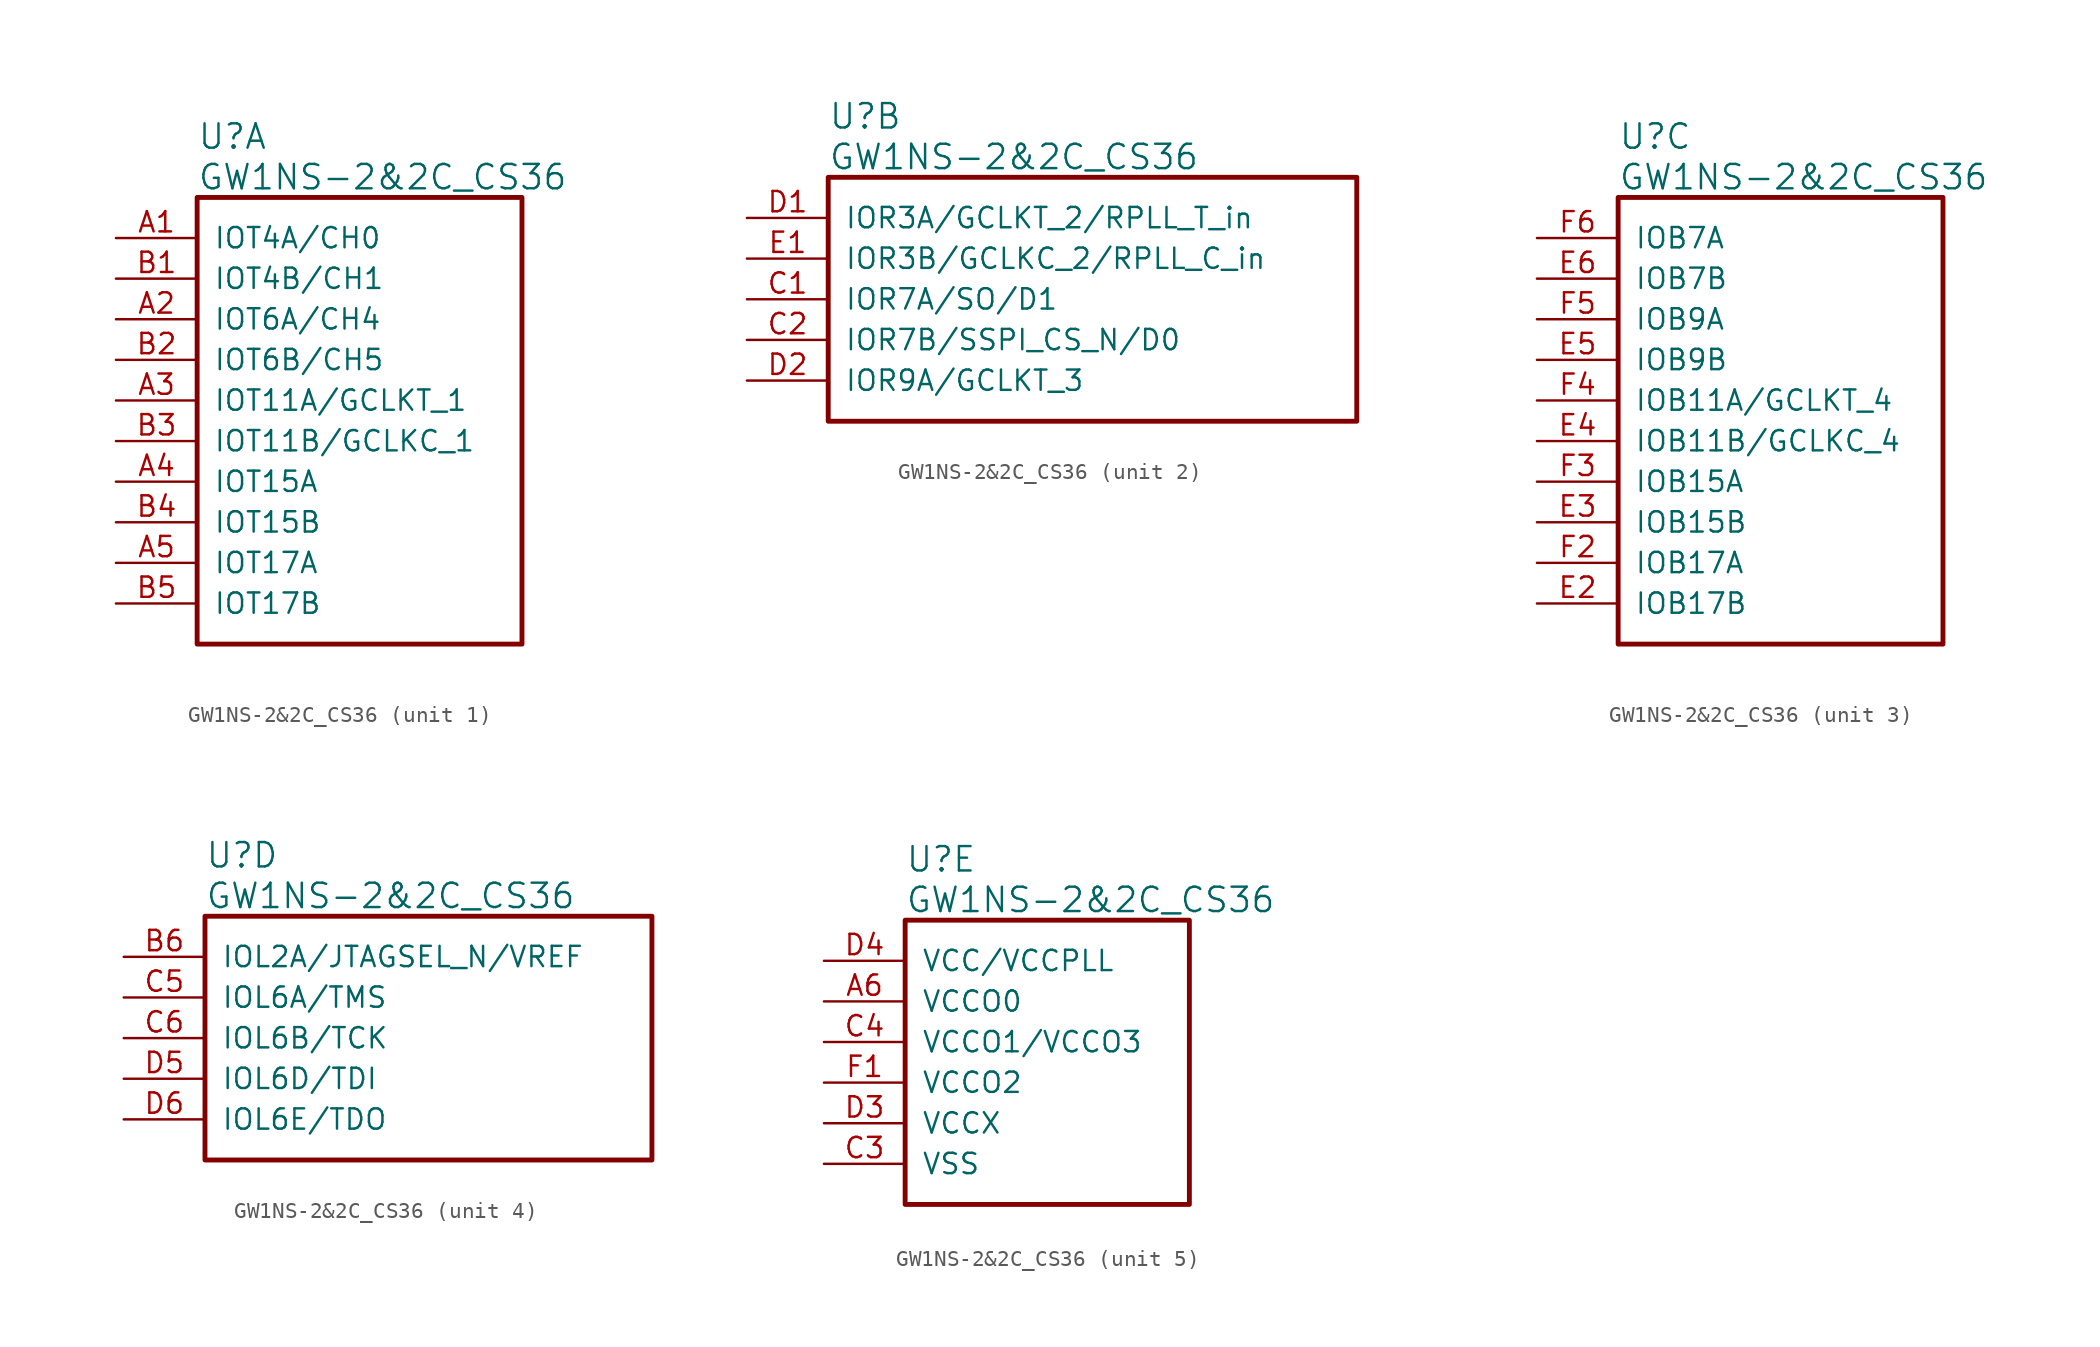
<source format=kicad_sym>
(kicad_symbol_lib
  (version 20241209)
  (generator "kicad_symbol_editor")
  (generator_version "9.0")
  (symbol "GW1NS-2&2C_CS36"
    (pin_names
      (offset 1.016))
    (property "Reference" "U"
      (at 5.08 6.35 0)
      (effects (font (size 1.524 1.524)) (justify left)))
    (property "Value" "GW1NS-2&2C_CS36"
      (at 5.08 3.81 0)
      (effects (font (size 1.524 1.524)) (justify left)))
    (property "ki_locked" ""
      (at 0 0 0)
      (effects (font (size 1.27 1.27))))
    (symbol "GW1NS-2&2C_CS36_1_1"
      (rectangle (start 5.08 2.54) (end 25.4 -25.4) (stroke (width 0.305) (type solid)) (fill (type none)))
      (pin bidirectional line (at 0 0 0) (length 5.08) (name "IOT4A/CH0" (effects (font (size 1.27 1.27)))) (number "A1" (effects (font (size 1.27 1.27)))))
      (pin bidirectional line (at 0 -2.54 0) (length 5.08) (name "IOT4B/CH1" (effects (font (size 1.27 1.27)))) (number "B1" (effects (font (size 1.27 1.27)))))
      (pin bidirectional line (at 0 -5.08 0) (length 5.08) (name "IOT6A/CH4" (effects (font (size 1.27 1.27)))) (number "A2" (effects (font (size 1.27 1.27)))))
      (pin bidirectional line (at 0 -7.62 0) (length 5.08) (name "IOT6B/CH5" (effects (font (size 1.27 1.27)))) (number "B2" (effects (font (size 1.27 1.27)))))
      (pin bidirectional line (at 0 -10.16 0) (length 5.08) (name "IOT11A/GCLKT_1" (effects (font (size 1.27 1.27)))) (number "A3" (effects (font (size 1.27 1.27)))))
      (pin bidirectional line (at 0 -12.7 0) (length 5.08) (name "IOT11B/GCLKC_1" (effects (font (size 1.27 1.27)))) (number "B3" (effects (font (size 1.27 1.27)))))
      (pin bidirectional line (at 0 -15.24 0) (length 5.08) (name "IOT15A" (effects (font (size 1.27 1.27)))) (number "A4" (effects (font (size 1.27 1.27)))))
      (pin bidirectional line (at 0 -17.78 0) (length 5.08) (name "IOT15B" (effects (font (size 1.27 1.27)))) (number "B4" (effects (font (size 1.27 1.27)))))
      (pin bidirectional line (at 0 -20.32 0) (length 5.08) (name "IOT17A" (effects (font (size 1.27 1.27)))) (number "A5" (effects (font (size 1.27 1.27)))))
      (pin bidirectional line (at 0 -22.86 0) (length 5.08) (name "IOT17B" (effects (font (size 1.27 1.27)))) (number "B5" (effects (font (size 1.27 1.27))))))
    (symbol "GW1NS-2&2C_CS36_2_1"
      (rectangle (start 5.08 2.54) (end 38.1 -12.7) (stroke (width 0.305) (type solid)) (fill (type none)))
      (pin bidirectional line (at 0 0 0) (length 5.08) (name "IOR3A/GCLKT_2/RPLL_T_in" (effects (font (size 1.27 1.27)))) (number "D1" (effects (font (size 1.27 1.27)))))
      (pin bidirectional line (at 0 -2.54 0) (length 5.08) (name "IOR3B/GCLKC_2/RPLL_C_in" (effects (font (size 1.27 1.27)))) (number "E1" (effects (font (size 1.27 1.27)))))
      (pin bidirectional line (at 0 -5.08 0) (length 5.08) (name "IOR7A/SO/D1" (effects (font (size 1.27 1.27)))) (number "C1" (effects (font (size 1.27 1.27)))))
      (pin bidirectional line (at 0 -7.62 0) (length 5.08) (name "IOR7B/SSPI_CS_N/D0" (effects (font (size 1.27 1.27)))) (number "C2" (effects (font (size 1.27 1.27)))))
      (pin bidirectional line (at 0 -10.16 0) (length 5.08) (name "IOR9A/GCLKT_3" (effects (font (size 1.27 1.27)))) (number "D2" (effects (font (size 1.27 1.27))))))
    (symbol "GW1NS-2&2C_CS36_3_1"
      (rectangle (start 5.08 2.54) (end 25.4 -25.4) (stroke (width 0.305) (type solid)) (fill (type none)))
      (pin bidirectional line (at 0 0 0) (length 5.08) (name "IOB7A" (effects (font (size 1.27 1.27)))) (number "F6" (effects (font (size 1.27 1.27)))))
      (pin bidirectional line (at 0 -2.54 0) (length 5.08) (name "IOB7B" (effects (font (size 1.27 1.27)))) (number "E6" (effects (font (size 1.27 1.27)))))
      (pin bidirectional line (at 0 -5.08 0) (length 5.08) (name "IOB9A" (effects (font (size 1.27 1.27)))) (number "F5" (effects (font (size 1.27 1.27)))))
      (pin bidirectional line (at 0 -7.62 0) (length 5.08) (name "IOB9B" (effects (font (size 1.27 1.27)))) (number "E5" (effects (font (size 1.27 1.27)))))
      (pin bidirectional line (at 0 -10.16 0) (length 5.08) (name "IOB11A/GCLKT_4" (effects (font (size 1.27 1.27)))) (number "F4" (effects (font (size 1.27 1.27)))))
      (pin bidirectional line (at 0 -12.7 0) (length 5.08) (name "IOB11B/GCLKC_4" (effects (font (size 1.27 1.27)))) (number "E4" (effects (font (size 1.27 1.27)))))
      (pin bidirectional line (at 0 -15.24 0) (length 5.08) (name "IOB15A" (effects (font (size 1.27 1.27)))) (number "F3" (effects (font (size 1.27 1.27)))))
      (pin bidirectional line (at 0 -17.78 0) (length 5.08) (name "IOB15B" (effects (font (size 1.27 1.27)))) (number "E3" (effects (font (size 1.27 1.27)))))
      (pin bidirectional line (at 0 -20.32 0) (length 5.08) (name "IOB17A" (effects (font (size 1.27 1.27)))) (number "F2" (effects (font (size 1.27 1.27)))))
      (pin bidirectional line (at 0 -22.86 0) (length 5.08) (name "IOB17B" (effects (font (size 1.27 1.27)))) (number "E2" (effects (font (size 1.27 1.27))))))
    (symbol "GW1NS-2&2C_CS36_4_1"
      (rectangle (start 5.08 2.54) (end 33.02 -12.7) (stroke (width 0.305) (type solid)) (fill (type none)))
      (pin bidirectional line (at 0 0 0) (length 5.08) (name "IOL2A/JTAGSEL_N/VREF" (effects (font (size 1.27 1.27)))) (number "B6" (effects (font (size 1.27 1.27)))))
      (pin bidirectional line (at 0 -2.54 0) (length 5.08) (name "IOL6A/TMS" (effects (font (size 1.27 1.27)))) (number "C5" (effects (font (size 1.27 1.27)))))
      (pin bidirectional line (at 0 -5.08 0) (length 5.08) (name "IOL6B/TCK" (effects (font (size 1.27 1.27)))) (number "C6" (effects (font (size 1.27 1.27)))))
      (pin bidirectional line (at 0 -7.62 0) (length 5.08) (name "IOL6D/TDI" (effects (font (size 1.27 1.27)))) (number "D5" (effects (font (size 1.27 1.27)))))
      (pin bidirectional line (at 0 -10.16 0) (length 5.08) (name "IOL6E/TDO" (effects (font (size 1.27 1.27)))) (number "D6" (effects (font (size 1.27 1.27))))))
    (symbol "GW1NS-2&2C_CS36_5_1"
      (rectangle (start 5.08 2.54) (end 22.86 -15.24) (stroke (width 0.305) (type solid)) (fill (type none)))
      (pin power_in line (at 0 0 0) (length 5.08) (name "VCC/VCCPLL" (effects (font (size 1.27 1.27)))) (number "D4" (effects (font (size 1.27 1.27)))))
      (pin power_in line (at 0 -2.54 0) (length 5.08) (name "VCCO0" (effects (font (size 1.27 1.27)))) (number "A6" (effects (font (size 1.27 1.27)))))
      (pin power_in line (at 0 -5.08 0) (length 5.08) (name "VCCO1/VCCO3" (effects (font (size 1.27 1.27)))) (number "C4" (effects (font (size 1.27 1.27)))))
      (pin power_in line (at 0 -7.62 0) (length 5.08) (name "VCCO2" (effects (font (size 1.27 1.27)))) (number "F1" (effects (font (size 1.27 1.27)))))
      (pin power_in line (at 0 -10.16 0) (length 5.08) (name "VCCX" (effects (font (size 1.27 1.27)))) (number "D3" (effects (font (size 1.27 1.27)))))
      (pin power_in line (at 0 -12.7 0) (length 5.08) (name "VSS" (effects (font (size 1.27 1.27)))) (number "C3" (effects (font (size 1.27 1.27))))))))
</source>
